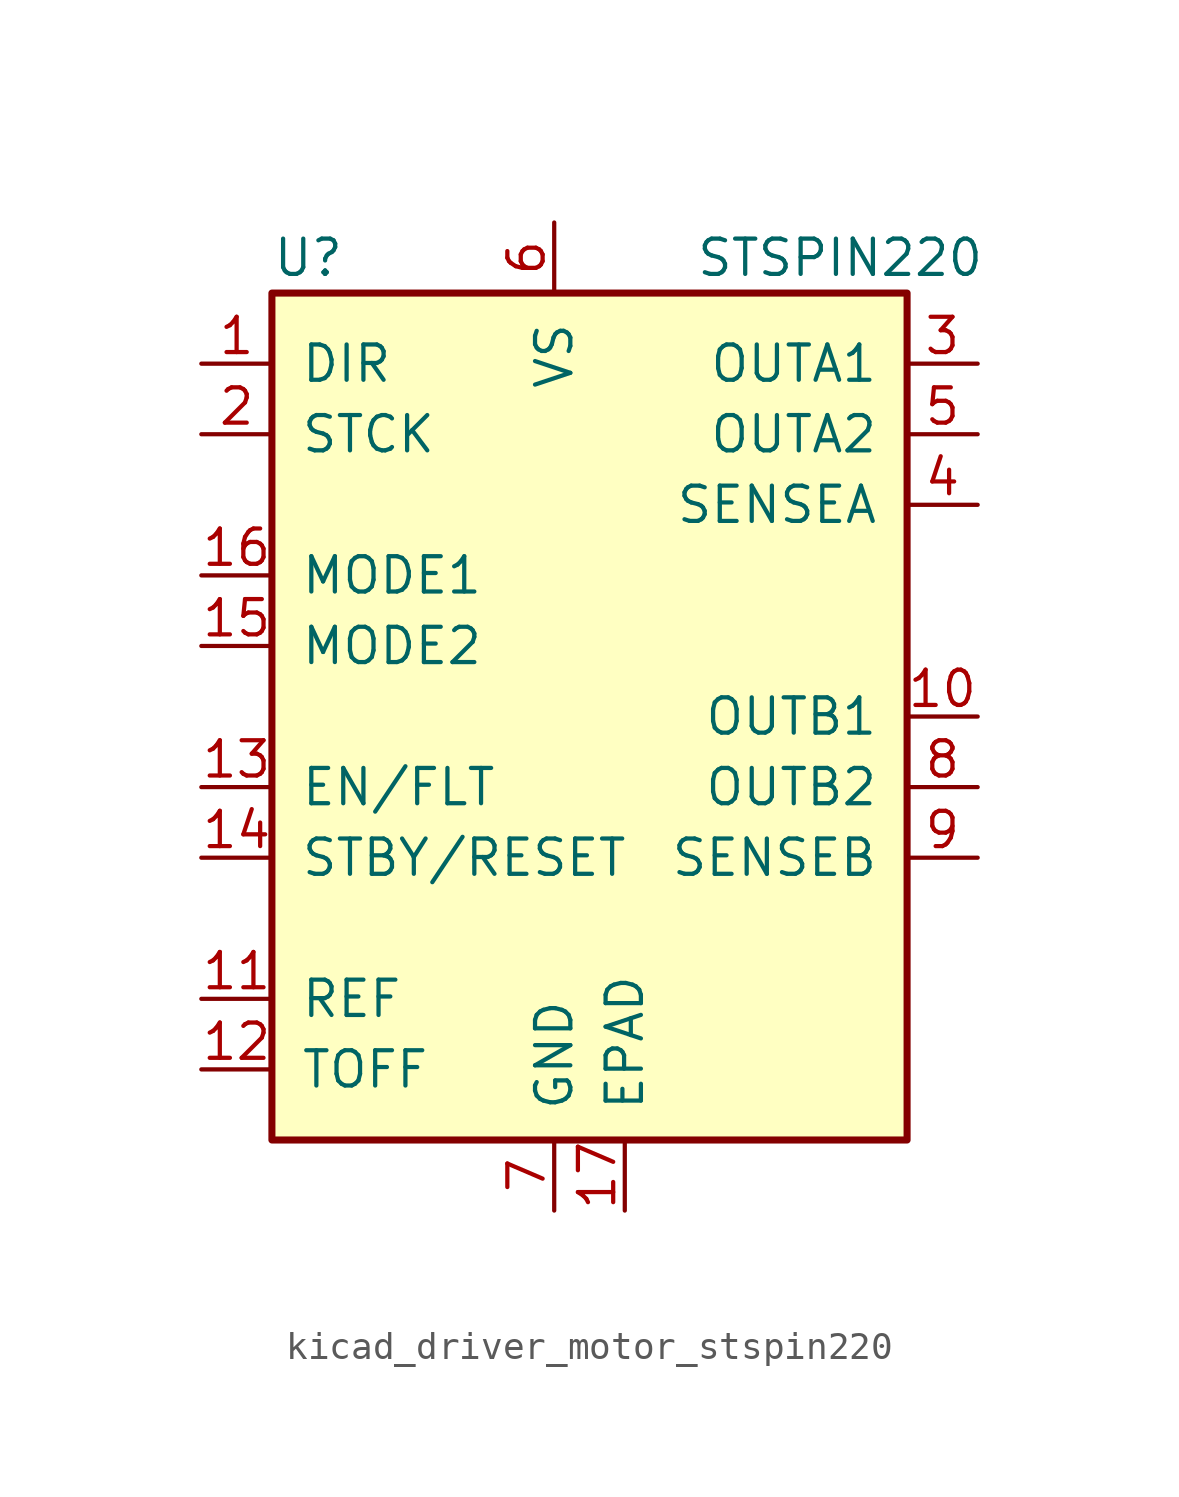
<source format=kicad_sym>
(kicad_symbol_lib
  (version 20220914)
  (generator kicad_symbol_editor)
  (symbol "kicad_driver_motor_stspin220"
    (pin_names
      (offset 1.016))
    (property "Reference" "U"
      (at -10.16 16.51 0)
      (effects (font (size 1.27 1.27)) (justify left)))
    (property "Value" "STSPIN220"
      (at 5.08 16.51 0)
      (effects (font (size 1.27 1.27)) (justify left)))
    (symbol "kicad_driver_motor_stspin220_0_1"
      (rectangle (start -10.16 15.24) (end 12.7 -15.24) (stroke (width 0.254) (type default)) (fill (type background))))
    (symbol "kicad_driver_motor_stspin220_1_1"
      (pin input line (at -12.7 12.7 0) (length 2.54) (name "DIR" (effects (font (size 1.27 1.27)))) (number "1" (effects (font (size 1.27 1.27)))))
      (pin power_out line (at 15.24 0 180) (length 2.54) (name "OUTB1" (effects (font (size 1.27 1.27)))) (number "10" (effects (font (size 1.27 1.27)))))
      (pin input line (at -12.7 -10.16 0) (length 2.54) (name "REF" (effects (font (size 1.27 1.27)))) (number "11" (effects (font (size 1.27 1.27)))))
      (pin input line (at -12.7 -12.7 0) (length 2.54) (name "TOFF" (effects (font (size 1.27 1.27)))) (number "12" (effects (font (size 1.27 1.27)))))
      (pin bidirectional line (at -12.7 -2.54 0) (length 2.54) (name "EN/FLT" (effects (font (size 1.27 1.27)))) (number "13" (effects (font (size 1.27 1.27)))))
      (pin input line (at -12.7 -5.08 0) (length 2.54) (name "STBY/RESET" (effects (font (size 1.27 1.27)))) (number "14" (effects (font (size 1.27 1.27)))))
      (pin input line (at -12.7 2.54 0) (length 2.54) (name "MODE2" (effects (font (size 1.27 1.27)))) (number "15" (effects (font (size 1.27 1.27)))))
      (pin input line (at -12.7 5.08 0) (length 2.54) (name "MODE1" (effects (font (size 1.27 1.27)))) (number "16" (effects (font (size 1.27 1.27)))))
      (pin power_in line (at 2.54 -17.78 90) (length 2.54) (name "EPAD" (effects (font (size 1.27 1.27)))) (number "17" (effects (font (size 1.27 1.27)))))
      (pin input line (at -12.7 10.16 0) (length 2.54) (name "STCK" (effects (font (size 1.27 1.27)))) (number "2" (effects (font (size 1.27 1.27)))))
      (pin power_out line (at 15.24 12.7 180) (length 2.54) (name "OUTA1" (effects (font (size 1.27 1.27)))) (number "3" (effects (font (size 1.27 1.27)))))
      (pin power_out line (at 15.24 7.62 180) (length 2.54) (name "SENSEA" (effects (font (size 1.27 1.27)))) (number "4" (effects (font (size 1.27 1.27)))))
      (pin power_out line (at 15.24 10.16 180) (length 2.54) (name "OUTA2" (effects (font (size 1.27 1.27)))) (number "5" (effects (font (size 1.27 1.27)))))
      (pin power_in line (at 0 17.78 270) (length 2.54) (name "VS" (effects (font (size 1.27 1.27)))) (number "6" (effects (font (size 1.27 1.27)))))
      (pin power_in line (at 0 -17.78 90) (length 2.54) (name "GND" (effects (font (size 1.27 1.27)))) (number "7" (effects (font (size 1.27 1.27)))))
      (pin power_out line (at 15.24 -2.54 180) (length 2.54) (name "OUTB2" (effects (font (size 1.27 1.27)))) (number "8" (effects (font (size 1.27 1.27)))))
      (pin power_out line (at 15.24 -5.08 180) (length 2.54) (name "SENSEB" (effects (font (size 1.27 1.27)))) (number "9" (effects (font (size 1.27 1.27))))))))
</source>
